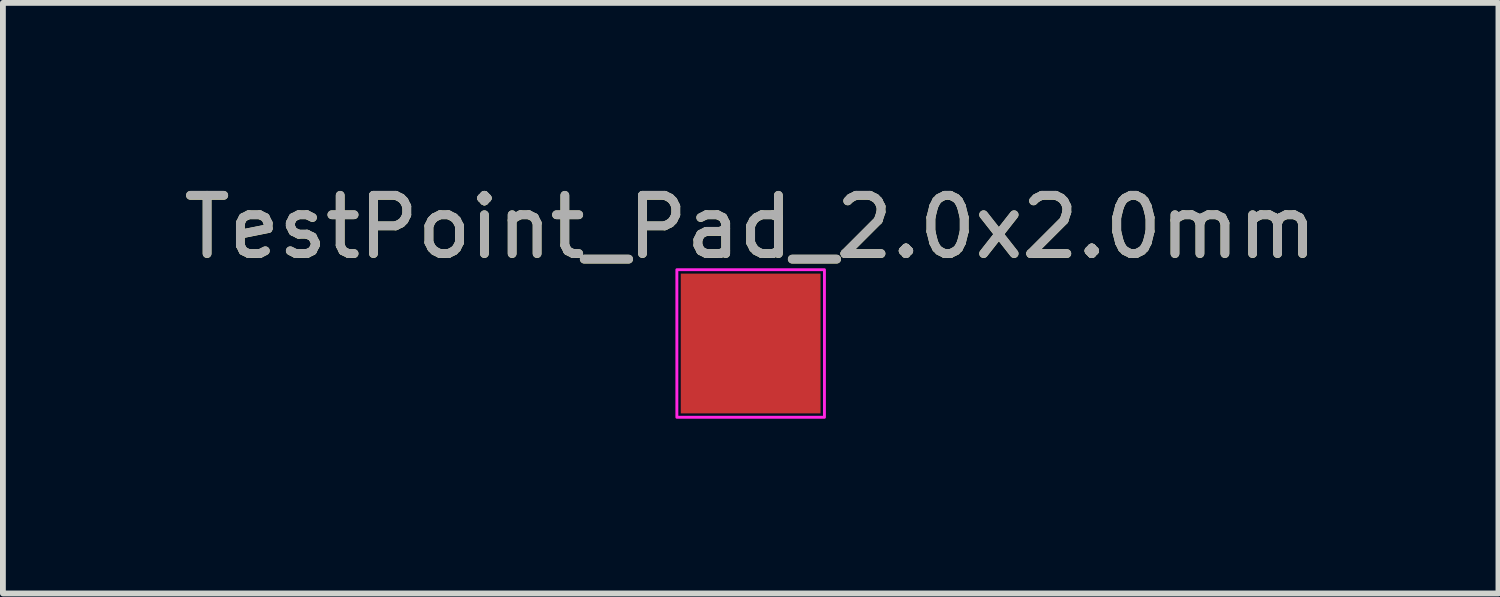
<source format=kicad_pcb>
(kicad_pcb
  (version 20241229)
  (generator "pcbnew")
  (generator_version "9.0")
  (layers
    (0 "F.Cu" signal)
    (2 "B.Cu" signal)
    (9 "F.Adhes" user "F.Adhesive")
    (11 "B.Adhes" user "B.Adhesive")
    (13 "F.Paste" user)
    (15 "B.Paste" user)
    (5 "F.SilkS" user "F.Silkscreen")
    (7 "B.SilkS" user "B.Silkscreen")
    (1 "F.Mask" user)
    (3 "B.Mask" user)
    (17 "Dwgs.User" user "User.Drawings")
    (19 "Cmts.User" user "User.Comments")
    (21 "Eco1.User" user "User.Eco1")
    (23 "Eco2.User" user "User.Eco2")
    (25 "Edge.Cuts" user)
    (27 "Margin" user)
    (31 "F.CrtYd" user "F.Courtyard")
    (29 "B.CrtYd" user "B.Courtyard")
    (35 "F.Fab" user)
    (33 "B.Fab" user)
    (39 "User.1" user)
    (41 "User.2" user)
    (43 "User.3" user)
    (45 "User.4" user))
  (footprint "TestPoint_Pad_2.0x2.0mm"
    (layer "F.Cu")
    (at 9.839 2.848)
    (property "Reference" "TestPoint_Pad_2.0x2.0mm" (at 0 -1.998 0) (layer "F.SilkS") (effects (font (size 1 1) (thickness 0.15))))
    (attr exclude_from_pos_files exclude_from_bom)
    (fp_rect (start -1.267 -1.267) (end 1.267 1.267) (stroke (width 0.05) (type solid)) (fill no) (layer "F.CrtYd"))
    (fp_text user "${REFERENCE}" (at 0 -2 0) (layer "F.Fab") (effects (font (size 1 1) (thickness 0.15))))
    (pad "1" smd rect (at 0 0) (size 2.4 2.4) (layers "F.Cu" "F.Mask")))
  (gr_rect
    (start -3 -3)
    (end 22.679 7.14)
    (stroke (width 0.1) (type default))
    (fill no)
    (layer "Edge.Cuts")))
</source>
